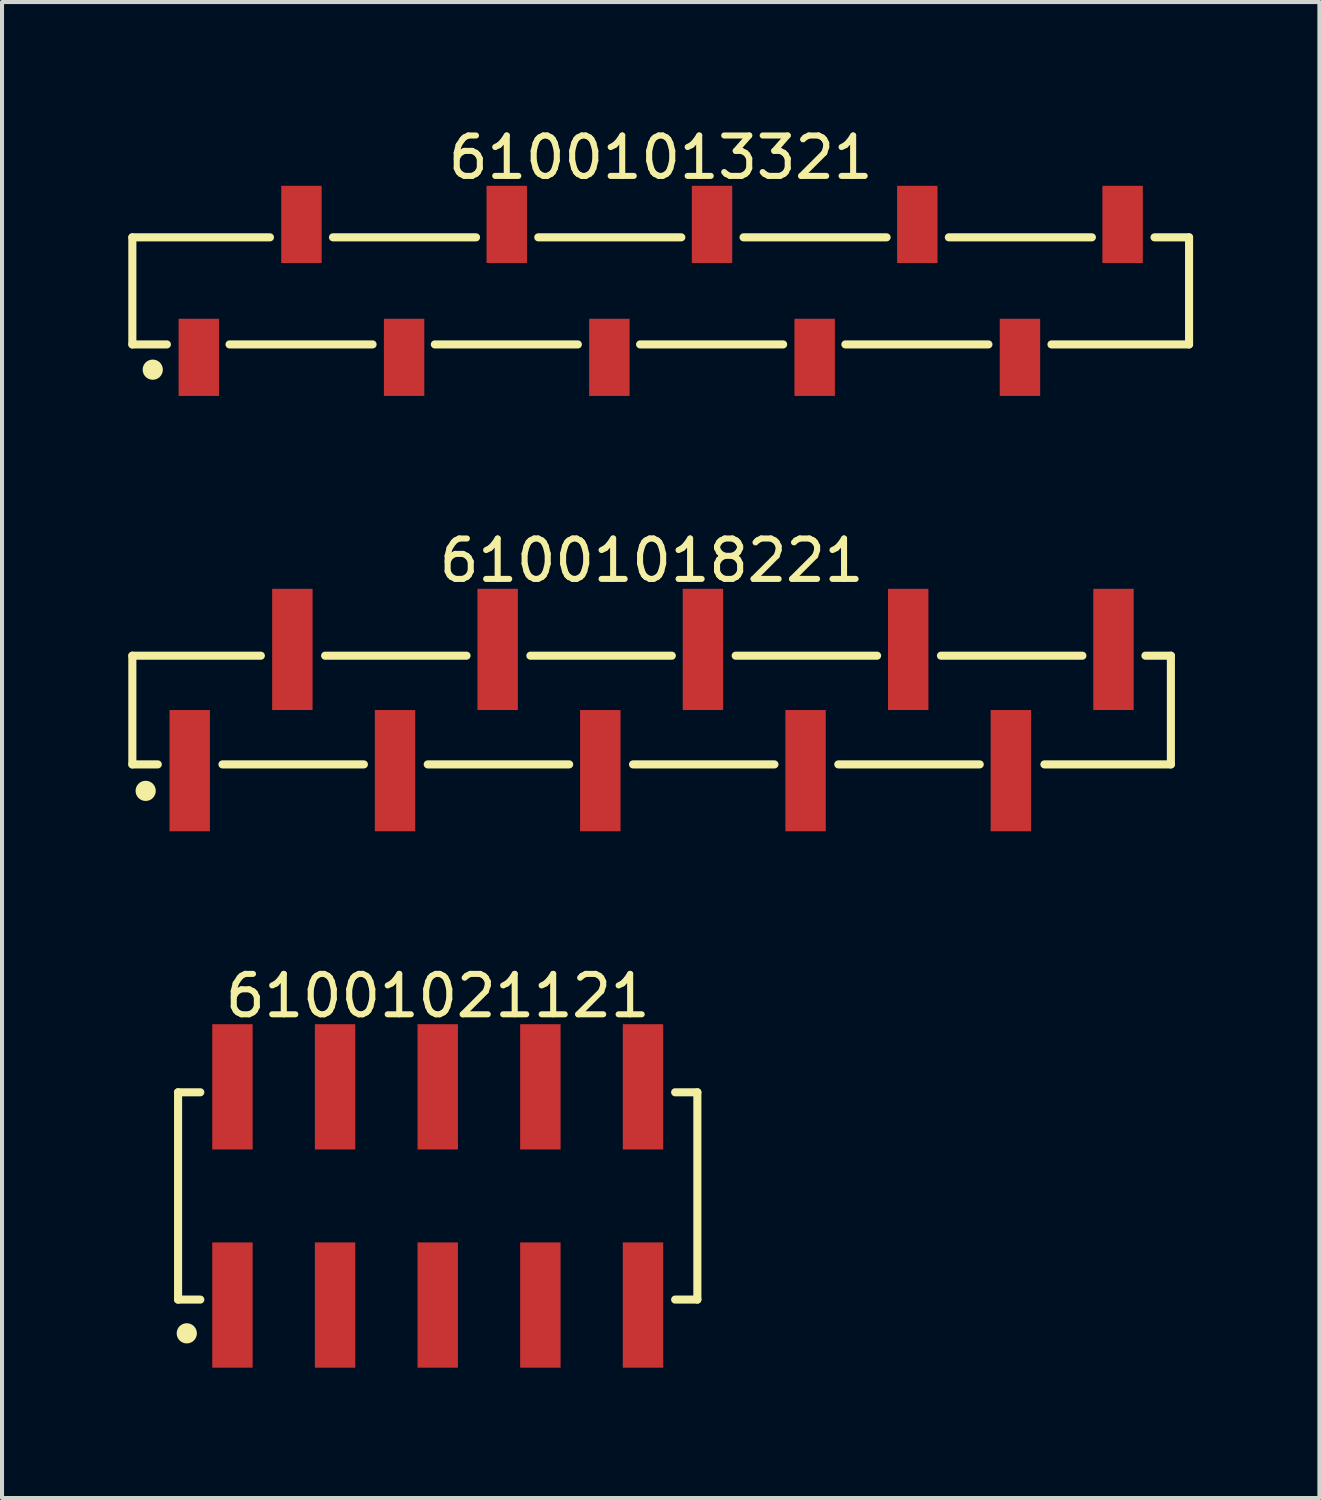
<source format=kicad_pcb>
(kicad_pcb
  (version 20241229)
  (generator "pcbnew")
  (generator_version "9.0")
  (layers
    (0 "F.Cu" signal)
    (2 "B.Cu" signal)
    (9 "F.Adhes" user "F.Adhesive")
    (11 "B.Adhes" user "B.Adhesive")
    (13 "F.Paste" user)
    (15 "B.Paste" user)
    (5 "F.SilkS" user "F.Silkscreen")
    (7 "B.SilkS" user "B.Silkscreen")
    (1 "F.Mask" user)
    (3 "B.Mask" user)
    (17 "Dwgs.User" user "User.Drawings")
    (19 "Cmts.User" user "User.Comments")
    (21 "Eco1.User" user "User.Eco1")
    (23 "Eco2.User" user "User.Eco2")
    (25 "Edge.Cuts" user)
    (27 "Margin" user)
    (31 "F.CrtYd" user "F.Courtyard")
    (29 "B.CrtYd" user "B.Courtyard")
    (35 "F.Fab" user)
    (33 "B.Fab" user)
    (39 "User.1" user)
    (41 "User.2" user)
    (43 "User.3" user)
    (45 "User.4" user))
  (footprint "61001018221"
    (layer "F.Cu")
    (at 13.075 14.521)
    (property "Reference" "61001018221" (at 0 -3.7 0) (layer "F.SilkS") (effects (font (size 1 1) (thickness 0.15))))
    (fp_line (start -12.85 -1.345) (end -9.67 -1.345) (stroke (width 0.2) (type solid)) (layer "F.SilkS"))
    (fp_line (start -12.85 1.345) (end -12.85 -1.345) (stroke (width 0.2) (type solid)) (layer "F.SilkS"))
    (fp_line (start -12.85 1.345) (end -12.22 1.345) (stroke (width 0.2) (type solid)) (layer "F.SilkS"))
    (fp_line (start -10.62 1.345) (end -7.12 1.345) (stroke (width 0.2) (type solid)) (layer "F.SilkS"))
    (fp_line (start -8.08 -1.345) (end -4.58 -1.345) (stroke (width 0.2) (type solid)) (layer "F.SilkS"))
    (fp_line (start -5.54 1.345) (end -2.04 1.345) (stroke (width 0.2) (type solid)) (layer "F.SilkS"))
    (fp_line (start -3 -1.345) (end 0.5 -1.345) (stroke (width 0.2) (type solid)) (layer "F.SilkS"))
    (fp_line (start -0.46 1.345) (end 3.04 1.345) (stroke (width 0.2) (type solid)) (layer "F.SilkS"))
    (fp_line (start 2.08 -1.345) (end 5.58 -1.345) (stroke (width 0.2) (type solid)) (layer "F.SilkS"))
    (fp_line (start 4.62 1.345) (end 8.12 1.345) (stroke (width 0.2) (type solid)) (layer "F.SilkS"))
    (fp_line (start 7.16 -1.345) (end 10.66 -1.345) (stroke (width 0.2) (type solid)) (layer "F.SilkS"))
    (fp_line (start 9.72 1.345) (end 12.85 1.345) (stroke (width 0.2) (type solid)) (layer "F.SilkS"))
    (fp_line (start 12.22 -1.345) (end 12.85 -1.345) (stroke (width 0.2) (type solid)) (layer "F.SilkS"))
    (fp_line (start 12.85 1.345) (end 12.85 -1.345) (stroke (width 0.2) (type solid)) (layer "F.SilkS"))
    (fp_circle (center -12.52 2) (end -12.52 1.875) (stroke (width 0.25) (type solid)) (fill no) (layer "F.SilkS"))
    (fp_line (start -13.05 -3.2) (end 13.05 -3.2) (stroke (width 0.05) (type solid)) (layer "Eco2.User"))
    (fp_line (start -13.05 3.2) (end -13.05 -3.2) (stroke (width 0.05) (type solid)) (layer "Eco2.User"))
    (fp_line (start -13.05 3.2) (end 13.05 3.2) (stroke (width 0.05) (type solid)) (layer "Eco2.User"))
    (fp_line (start -12.7 -1.27) (end 12.7 -1.27) (stroke (width 0.1) (type solid)) (layer "Eco2.User"))
    (fp_line (start -12.7 1.27) (end -12.7 -1.27) (stroke (width 0.1) (type solid)) (layer "Eco2.User"))
    (fp_line (start -12.7 1.27) (end 12.7 1.27) (stroke (width 0.1) (type solid)) (layer "Eco2.User"))
    (fp_line (start -11.75 2.5) (end -11.75 1.27) (stroke (width 0.1) (type solid)) (layer "Eco2.User"))
    (fp_line (start -11.75 2.5) (end -11.11 2.5) (stroke (width 0.1) (type solid)) (layer "Eco2.User"))
    (fp_line (start -11.11 2.5) (end -11.11 1.27) (stroke (width 0.1) (type solid)) (layer "Eco2.User"))
    (fp_line (start -9.21 -2.5) (end -8.57 -2.5) (stroke (width 0.1) (type solid)) (layer "Eco2.User"))
    (fp_line (start -9.21 -1.27) (end -9.21 -2.5) (stroke (width 0.1) (type solid)) (layer "Eco2.User"))
    (fp_line (start -8.57 -1.27) (end -8.57 -2.5) (stroke (width 0.1) (type solid)) (layer "Eco2.User"))
    (fp_line (start -6.67 2.5) (end -6.67 1.27) (stroke (width 0.1) (type solid)) (layer "Eco2.User"))
    (fp_line (start -6.67 2.5) (end -6.03 2.5) (stroke (width 0.1) (type solid)) (layer "Eco2.User"))
    (fp_line (start -6.03 2.5) (end -6.03 1.27) (stroke (width 0.1) (type solid)) (layer "Eco2.User"))
    (fp_line (start -4.13 -2.5) (end -3.49 -2.5) (stroke (width 0.1) (type solid)) (layer "Eco2.User"))
    (fp_line (start -4.13 -1.27) (end -4.13 -2.5) (stroke (width 0.1) (type solid)) (layer "Eco2.User"))
    (fp_line (start -3.49 -1.27) (end -3.49 -2.5) (stroke (width 0.1) (type solid)) (layer "Eco2.User"))
    (fp_line (start -1.59 2.5) (end -1.59 1.27) (stroke (width 0.1) (type solid)) (layer "Eco2.User"))
    (fp_line (start -1.59 2.5) (end -0.95 2.5) (stroke (width 0.1) (type solid)) (layer "Eco2.User"))
    (fp_line (start -0.95 2.5) (end -0.95 1.27) (stroke (width 0.1) (type solid)) (layer "Eco2.User"))
    (fp_line (start -0.5 0) (end 0.5 0) (stroke (width 0.05) (type solid)) (layer "Eco2.User"))
    (fp_line (start 0 0.5) (end 0 -0.5) (stroke (width 0.05) (type solid)) (layer "Eco2.User"))
    (fp_line (start 0.95 -2.5) (end 1.59 -2.5) (stroke (width 0.1) (type solid)) (layer "Eco2.User"))
    (fp_line (start 0.95 -1.27) (end 0.95 -2.5) (stroke (width 0.1) (type solid)) (layer "Eco2.User"))
    (fp_line (start 1.59 -1.27) (end 1.59 -2.5) (stroke (width 0.1) (type solid)) (layer "Eco2.User"))
    (fp_line (start 3.49 2.5) (end 3.49 1.27) (stroke (width 0.1) (type solid)) (layer "Eco2.User"))
    (fp_line (start 3.49 2.5) (end 4.13 2.5) (stroke (width 0.1) (type solid)) (layer "Eco2.User"))
    (fp_line (start 4.13 2.5) (end 4.13 1.27) (stroke (width 0.1) (type solid)) (layer "Eco2.User"))
    (fp_line (start 6.03 -2.5) (end 6.67 -2.5) (stroke (width 0.1) (type solid)) (layer "Eco2.User"))
    (fp_line (start 6.03 -1.27) (end 6.03 -2.5) (stroke (width 0.1) (type solid)) (layer "Eco2.User"))
    (fp_line (start 6.67 -1.27) (end 6.67 -2.5) (stroke (width 0.1) (type solid)) (layer "Eco2.User"))
    (fp_line (start 8.57 2.5) (end 8.57 1.27) (stroke (width 0.1) (type solid)) (layer "Eco2.User"))
    (fp_line (start 8.57 2.5) (end 9.21 2.5) (stroke (width 0.1) (type solid)) (layer "Eco2.User"))
    (fp_line (start 9.21 2.5) (end 9.21 1.27) (stroke (width 0.1) (type solid)) (layer "Eco2.User"))
    (fp_line (start 11.11 -2.5) (end 11.75 -2.5) (stroke (width 0.1) (type solid)) (layer "Eco2.User"))
    (fp_line (start 11.11 -1.27) (end 11.11 -2.5) (stroke (width 0.1) (type solid)) (layer "Eco2.User"))
    (fp_line (start 11.75 -1.27) (end 11.75 -2.5) (stroke (width 0.1) (type solid)) (layer "Eco2.User"))
    (fp_line (start 12.7 1.27) (end 12.7 -1.27) (stroke (width 0.1) (type solid)) (layer "Eco2.User"))
    (fp_line (start 13.05 3.2) (end 13.05 -3.2) (stroke (width 0.05) (type solid)) (layer "Eco2.User"))
    (fp_text user "${REFERENCE}" (at 0.15 -0.197 0) (unlocked yes) (layer "User.3") (effects (font (size 1.5 1.5) (thickness 0.15))))
    (pad "1" smd rect (at -11.43 1.5) (size 1 3) (layers "F.Cu" "F.Mask" "F.Paste"))
    (pad "2" smd rect (at -8.89 -1.5) (size 1 3) (layers "F.Cu" "F.Mask" "F.Paste"))
    (pad "3" smd rect (at -6.35 1.5) (size 1 3) (layers "F.Cu" "F.Mask" "F.Paste"))
    (pad "4" smd rect (at -3.81 -1.5) (size 1 3) (layers "F.Cu" "F.Mask" "F.Paste"))
    (pad "5" smd rect (at -1.27 1.5) (size 1 3) (layers "F.Cu" "F.Mask" "F.Paste"))
    (pad "6" smd rect (at 1.27 -1.5) (size 1 3) (layers "F.Cu" "F.Mask" "F.Paste"))
    (pad "7" smd rect (at 3.81 1.5) (size 1 3) (layers "F.Cu" "F.Mask" "F.Paste"))
    (pad "8" smd rect (at 6.35 -1.5) (size 1 3) (layers "F.Cu" "F.Mask" "F.Paste"))
    (pad "9" smd rect (at 8.89 1.5) (size 1 3) (layers "F.Cu" "F.Mask" "F.Paste"))
    (pad "10" smd rect (at 11.43 -1.5) (size 1 3) (layers "F.Cu" "F.Mask" "F.Paste")))
  (footprint "61001021121"
    (layer "F.Cu")
    (at 7.782 26.545)
    (property "Reference" "61001021121" (at 0 -4.95 0) (layer "F.SilkS") (effects (font (size 1 1) (thickness 0.15))))
    (fp_line (start -6.425 -2.565) (end -5.875 -2.565) (stroke (width 0.2) (type solid)) (layer "F.SilkS"))
    (fp_line (start -6.425 2.565) (end -6.425 -2.565) (stroke (width 0.2) (type solid)) (layer "F.SilkS"))
    (fp_line (start -6.425 2.565) (end -5.875 2.565) (stroke (width 0.2) (type solid)) (layer "F.SilkS"))
    (fp_line (start 5.875 -2.565) (end 6.425 -2.565) (stroke (width 0.2) (type solid)) (layer "F.SilkS"))
    (fp_line (start 5.875 2.565) (end 6.425 2.565) (stroke (width 0.2) (type solid)) (layer "F.SilkS"))
    (fp_line (start 6.425 2.565) (end 6.425 -2.565) (stroke (width 0.2) (type solid)) (layer "F.SilkS"))
    (fp_circle (center -6.21 3.4) (end -6.21 3.275) (stroke (width 0.25) (type solid)) (fill no) (layer "F.SilkS"))
    (fp_line (start -6.625 -4.45) (end 6.625 -4.45) (stroke (width 0.05) (type solid)) (layer "Eco2.User"))
    (fp_line (start -6.625 4.45) (end -6.625 -4.45) (stroke (width 0.05) (type solid)) (layer "Eco2.User"))
    (fp_line (start -6.625 4.45) (end 6.625 4.45) (stroke (width 0.05) (type solid)) (layer "Eco2.User"))
    (fp_line (start -6.35 -2.54) (end 6.35 -2.54) (stroke (width 0.1) (type solid)) (layer "Eco2.User"))
    (fp_line (start -6.35 2.54) (end -6.35 -2.54) (stroke (width 0.1) (type solid)) (layer "Eco2.User"))
    (fp_line (start -6.35 2.54) (end 6.35 2.54) (stroke (width 0.1) (type solid)) (layer "Eco2.User"))
    (fp_line (start -5.4 -3.75) (end -4.76 -3.75) (stroke (width 0.1) (type solid)) (layer "Eco2.User"))
    (fp_line (start -5.4 -2.54) (end -5.4 -3.75) (stroke (width 0.1) (type solid)) (layer "Eco2.User"))
    (fp_line (start -5.4 3.75) (end -5.4 2.54) (stroke (width 0.1) (type solid)) (layer "Eco2.User"))
    (fp_line (start -5.4 3.75) (end -4.76 3.75) (stroke (width 0.1) (type solid)) (layer "Eco2.User"))
    (fp_line (start -4.76 -2.54) (end -4.76 -3.75) (stroke (width 0.1) (type solid)) (layer "Eco2.User"))
    (fp_line (start -4.76 3.75) (end -4.76 2.54) (stroke (width 0.1) (type solid)) (layer "Eco2.User"))
    (fp_line (start -2.86 -3.75) (end -2.22 -3.75) (stroke (width 0.1) (type solid)) (layer "Eco2.User"))
    (fp_line (start -2.86 -2.54) (end -2.86 -3.75) (stroke (width 0.1) (type solid)) (layer "Eco2.User"))
    (fp_line (start -2.86 3.75) (end -2.86 2.54) (stroke (width 0.1) (type solid)) (layer "Eco2.User"))
    (fp_line (start -2.86 3.75) (end -2.22 3.75) (stroke (width 0.1) (type solid)) (layer "Eco2.User"))
    (fp_line (start -2.22 -2.54) (end -2.22 -3.75) (stroke (width 0.1) (type solid)) (layer "Eco2.User"))
    (fp_line (start -2.22 3.75) (end -2.22 2.54) (stroke (width 0.1) (type solid)) (layer "Eco2.User"))
    (fp_line (start -0.5 0) (end 0.5 0) (stroke (width 0.05) (type solid)) (layer "Eco2.User"))
    (fp_line (start -0.32 -3.75) (end 0.32 -3.75) (stroke (width 0.1) (type solid)) (layer "Eco2.User"))
    (fp_line (start -0.32 -2.54) (end -0.32 -3.75) (stroke (width 0.1) (type solid)) (layer "Eco2.User"))
    (fp_line (start -0.32 3.75) (end -0.32 2.54) (stroke (width 0.1) (type solid)) (layer "Eco2.User"))
    (fp_line (start -0.32 3.75) (end 0.32 3.75) (stroke (width 0.1) (type solid)) (layer "Eco2.User"))
    (fp_line (start 0 0.5) (end 0 -0.5) (stroke (width 0.05) (type solid)) (layer "Eco2.User"))
    (fp_line (start 0.32 -2.54) (end 0.32 -3.75) (stroke (width 0.1) (type solid)) (layer "Eco2.User"))
    (fp_line (start 0.32 3.75) (end 0.32 2.54) (stroke (width 0.1) (type solid)) (layer "Eco2.User"))
    (fp_line (start 2.22 -3.75) (end 2.86 -3.75) (stroke (width 0.1) (type solid)) (layer "Eco2.User"))
    (fp_line (start 2.22 -2.54) (end 2.22 -3.75) (stroke (width 0.1) (type solid)) (layer "Eco2.User"))
    (fp_line (start 2.22 3.75) (end 2.22 2.54) (stroke (width 0.1) (type solid)) (layer "Eco2.User"))
    (fp_line (start 2.22 3.75) (end 2.86 3.75) (stroke (width 0.1) (type solid)) (layer "Eco2.User"))
    (fp_line (start 2.86 -2.54) (end 2.86 -3.75) (stroke (width 0.1) (type solid)) (layer "Eco2.User"))
    (fp_line (start 2.86 3.75) (end 2.86 2.54) (stroke (width 0.1) (type solid)) (layer "Eco2.User"))
    (fp_line (start 4.76 -3.75) (end 5.4 -3.75) (stroke (width 0.1) (type solid)) (layer "Eco2.User"))
    (fp_line (start 4.76 -2.54) (end 4.76 -3.75) (stroke (width 0.1) (type solid)) (layer "Eco2.User"))
    (fp_line (start 4.76 3.75) (end 4.76 2.54) (stroke (width 0.1) (type solid)) (layer "Eco2.User"))
    (fp_line (start 4.76 3.75) (end 5.4 3.75) (stroke (width 0.1) (type solid)) (layer "Eco2.User"))
    (fp_line (start 5.4 -2.54) (end 5.4 -3.75) (stroke (width 0.1) (type solid)) (layer "Eco2.User"))
    (fp_line (start 5.4 3.75) (end 5.4 2.54) (stroke (width 0.1) (type solid)) (layer "Eco2.User"))
    (fp_line (start 6.35 2.54) (end 6.35 -2.54) (stroke (width 0.1) (type solid)) (layer "Eco2.User"))
    (fp_line (start 6.625 4.45) (end 6.625 -4.45) (stroke (width 0.05) (type solid)) (layer "Eco2.User"))
    (fp_text user "${REFERENCE}" (at 0.15 -0.197 0) (unlocked yes) (layer "User.3") (effects (font (size 1.5 1.5) (thickness 0.15))))
    (pad "1" smd rect (at -5.08 2.7) (size 1 3.1) (layers "F.Cu" "F.Mask" "F.Paste"))
    (pad "2" smd rect (at -5.08 -2.7) (size 1 3.1) (layers "F.Cu" "F.Mask" "F.Paste"))
    (pad "3" smd rect (at -2.54 2.7) (size 1 3.1) (layers "F.Cu" "F.Mask" "F.Paste"))
    (pad "4" smd rect (at -2.54 -2.7) (size 1 3.1) (layers "F.Cu" "F.Mask" "F.Paste"))
    (pad "5" smd rect (at 0 2.7) (size 1 3.1) (layers "F.Cu" "F.Mask" "F.Paste"))
    (pad "6" smd rect (at 0 -2.7) (size 1 3.1) (layers "F.Cu" "F.Mask" "F.Paste"))
    (pad "7" smd rect (at 2.54 2.7) (size 1 3.1) (layers "F.Cu" "F.Mask" "F.Paste"))
    (pad "8" smd rect (at 2.54 -2.7) (size 1 3.1) (layers "F.Cu" "F.Mask" "F.Paste"))
    (pad "9" smd rect (at 5.08 2.7) (size 1 3.1) (layers "F.Cu" "F.Mask" "F.Paste"))
    (pad "10" smd rect (at 5.08 -2.7) (size 1 3.1) (layers "F.Cu" "F.Mask" "F.Paste")))
  (footprint "61001013321"
    (layer "F.Cu")
    (at 13.3 4.148)
    (property "Reference" "61001013321" (at 0 -3.3 0) (layer "F.SilkS") (effects (font (size 1 1) (thickness 0.15))))
    (fp_line (start -13.075 -1.325) (end -9.67 -1.325) (stroke (width 0.2) (type solid)) (layer "F.SilkS"))
    (fp_line (start -13.075 1.325) (end -13.075 -1.325) (stroke (width 0.2) (type solid)) (layer "F.SilkS"))
    (fp_line (start -13.075 1.325) (end -12.22 1.325) (stroke (width 0.2) (type solid)) (layer "F.SilkS"))
    (fp_line (start -10.67 1.325) (end -7.13 1.325) (stroke (width 0.2) (type solid)) (layer "F.SilkS"))
    (fp_line (start -8.11 -1.325) (end -4.57 -1.325) (stroke (width 0.2) (type solid)) (layer "F.SilkS"))
    (fp_line (start -5.59 1.325) (end -2.05 1.325) (stroke (width 0.2) (type solid)) (layer "F.SilkS"))
    (fp_line (start -3.03 -1.325) (end 0.51 -1.325) (stroke (width 0.2) (type solid)) (layer "F.SilkS"))
    (fp_line (start -0.51 1.325) (end 3.03 1.325) (stroke (width 0.2) (type solid)) (layer "F.SilkS"))
    (fp_line (start 2.05 -1.325) (end 5.59 -1.325) (stroke (width 0.2) (type solid)) (layer "F.SilkS"))
    (fp_line (start 4.57 1.325) (end 8.11 1.325) (stroke (width 0.2) (type solid)) (layer "F.SilkS"))
    (fp_line (start 7.13 -1.325) (end 10.67 -1.325) (stroke (width 0.2) (type solid)) (layer "F.SilkS"))
    (fp_line (start 9.67 1.325) (end 13.075 1.325) (stroke (width 0.2) (type solid)) (layer "F.SilkS"))
    (fp_line (start 12.22 -1.325) (end 13.075 -1.325) (stroke (width 0.2) (type solid)) (layer "F.SilkS"))
    (fp_line (start 13.075 1.325) (end 13.075 -1.325) (stroke (width 0.2) (type solid)) (layer "F.SilkS"))
    (fp_circle (center -12.57 1.95) (end -12.57 1.825) (stroke (width 0.25) (type solid)) (fill no) (layer "F.SilkS"))
    (fp_line (start -13.275 -2.8) (end 13.275 -2.8) (stroke (width 0.05) (type solid)) (layer "Eco2.User"))
    (fp_line (start -13.275 2.8) (end -13.275 -2.8) (stroke (width 0.05) (type solid)) (layer "Eco2.User"))
    (fp_line (start -13.275 2.8) (end 13.275 2.8) (stroke (width 0.05) (type solid)) (layer "Eco2.User"))
    (fp_line (start -12.95 -1.25) (end 12.95 -1.25) (stroke (width 0.1) (type solid)) (layer "Eco2.User"))
    (fp_line (start -12.95 1.25) (end -12.95 -1.25) (stroke (width 0.1) (type solid)) (layer "Eco2.User"))
    (fp_line (start -12.95 1.25) (end 12.95 1.25) (stroke (width 0.1) (type solid)) (layer "Eco2.User"))
    (fp_line (start -11.68 2.025) (end -11.68 1.25) (stroke (width 0.1) (type solid)) (layer "Eco2.User"))
    (fp_line (start -11.68 2.025) (end -11.18 2.025) (stroke (width 0.1) (type solid)) (layer "Eco2.User"))
    (fp_line (start -11.18 2.025) (end -11.18 1.25) (stroke (width 0.1) (type solid)) (layer "Eco2.User"))
    (fp_line (start -9.14 -2.025) (end -8.64 -2.025) (stroke (width 0.1) (type solid)) (layer "Eco2.User"))
    (fp_line (start -9.14 -1.25) (end -9.14 -2.025) (stroke (width 0.1) (type solid)) (layer "Eco2.User"))
    (fp_line (start -8.64 -1.25) (end -8.64 -2.025) (stroke (width 0.1) (type solid)) (layer "Eco2.User"))
    (fp_line (start -6.6 2.025) (end -6.6 1.25) (stroke (width 0.1) (type solid)) (layer "Eco2.User"))
    (fp_line (start -6.6 2.025) (end -6.1 2.025) (stroke (width 0.1) (type solid)) (layer "Eco2.User"))
    (fp_line (start -6.1 2.025) (end -6.1 1.25) (stroke (width 0.1) (type solid)) (layer "Eco2.User"))
    (fp_line (start -4.06 -2.025) (end -3.56 -2.025) (stroke (width 0.1) (type solid)) (layer "Eco2.User"))
    (fp_line (start -4.06 -1.25) (end -4.06 -2.025) (stroke (width 0.1) (type solid)) (layer "Eco2.User"))
    (fp_line (start -3.56 -1.25) (end -3.56 -2.025) (stroke (width 0.1) (type solid)) (layer "Eco2.User"))
    (fp_line (start -1.52 2.025) (end -1.52 1.25) (stroke (width 0.1) (type solid)) (layer "Eco2.User"))
    (fp_line (start -1.52 2.025) (end -1.02 2.025) (stroke (width 0.1) (type solid)) (layer "Eco2.User"))
    (fp_line (start -1.02 2.025) (end -1.02 1.25) (stroke (width 0.1) (type solid)) (layer "Eco2.User"))
    (fp_line (start -0.5 0) (end 0.5 0) (stroke (width 0.05) (type solid)) (layer "Eco2.User"))
    (fp_line (start 0 0.5) (end 0 -0.5) (stroke (width 0.05) (type solid)) (layer "Eco2.User"))
    (fp_line (start 1.02 -2.025) (end 1.52 -2.025) (stroke (width 0.1) (type solid)) (layer "Eco2.User"))
    (fp_line (start 1.02 -1.25) (end 1.02 -2.025) (stroke (width 0.1) (type solid)) (layer "Eco2.User"))
    (fp_line (start 1.52 -1.25) (end 1.52 -2.025) (stroke (width 0.1) (type solid)) (layer "Eco2.User"))
    (fp_line (start 3.56 2.025) (end 3.56 1.25) (stroke (width 0.1) (type solid)) (layer "Eco2.User"))
    (fp_line (start 3.56 2.025) (end 4.06 2.025) (stroke (width 0.1) (type solid)) (layer "Eco2.User"))
    (fp_line (start 4.06 2.025) (end 4.06 1.25) (stroke (width 0.1) (type solid)) (layer "Eco2.User"))
    (fp_line (start 6.1 -2.025) (end 6.6 -2.025) (stroke (width 0.1) (type solid)) (layer "Eco2.User"))
    (fp_line (start 6.1 -1.25) (end 6.1 -2.025) (stroke (width 0.1) (type solid)) (layer "Eco2.User"))
    (fp_line (start 6.6 -1.25) (end 6.6 -2.025) (stroke (width 0.1) (type solid)) (layer "Eco2.User"))
    (fp_line (start 8.64 2.025) (end 8.64 1.25) (stroke (width 0.1) (type solid)) (layer "Eco2.User"))
    (fp_line (start 8.64 2.025) (end 9.14 2.025) (stroke (width 0.1) (type solid)) (layer "Eco2.User"))
    (fp_line (start 9.14 2.025) (end 9.14 1.25) (stroke (width 0.1) (type solid)) (layer "Eco2.User"))
    (fp_line (start 11.18 -2.025) (end 11.68 -2.025) (stroke (width 0.1) (type solid)) (layer "Eco2.User"))
    (fp_line (start 11.18 -1.25) (end 11.18 -2.025) (stroke (width 0.1) (type solid)) (layer "Eco2.User"))
    (fp_line (start 11.68 -1.25) (end 11.68 -2.025) (stroke (width 0.1) (type solid)) (layer "Eco2.User"))
    (fp_line (start 12.95 1.25) (end 12.95 -1.25) (stroke (width 0.1) (type solid)) (layer "Eco2.User"))
    (fp_line (start 13.275 2.8) (end 13.275 -2.8) (stroke (width 0.05) (type solid)) (layer "Eco2.User"))
    (fp_text user "${REFERENCE}" (at 0.15 -0.197 0) (unlocked yes) (layer "User.3") (effects (font (size 1.5 1.5) (thickness 0.15))))
    (pad "1" smd rect (at -11.43 1.645 180) (size 1 1.91) (layers "F.Cu" "F.Mask" "F.Paste"))
    (pad "2" smd rect (at -8.89 -1.645 180) (size 1 1.91) (layers "F.Cu" "F.Mask" "F.Paste"))
    (pad "3" smd rect (at -6.35 1.645 180) (size 1 1.91) (layers "F.Cu" "F.Mask" "F.Paste"))
    (pad "4" smd rect (at -3.81 -1.645 180) (size 1 1.91) (layers "F.Cu" "F.Mask" "F.Paste"))
    (pad "5" smd rect (at -1.27 1.645 180) (size 1 1.91) (layers "F.Cu" "F.Mask" "F.Paste"))
    (pad "6" smd rect (at 1.27 -1.645 180) (size 1 1.91) (layers "F.Cu" "F.Mask" "F.Paste"))
    (pad "7" smd rect (at 3.81 1.645 180) (size 1 1.91) (layers "F.Cu" "F.Mask" "F.Paste"))
    (pad "8" smd rect (at 6.35 -1.645 180) (size 1 1.91) (layers "F.Cu" "F.Mask" "F.Paste"))
    (pad "9" smd rect (at 8.89 1.645 180) (size 1 1.91) (layers "F.Cu" "F.Mask" "F.Paste"))
    (pad "10" smd rect (at 11.43 -1.645 180) (size 1 1.91) (layers "F.Cu" "F.Mask" "F.Paste")))
  (gr_rect
    (start -3 -3)
    (end 29.6 34.02)
    (stroke (width 0.1) (type default))
    (fill no)
    (layer "Edge.Cuts")))
</source>
